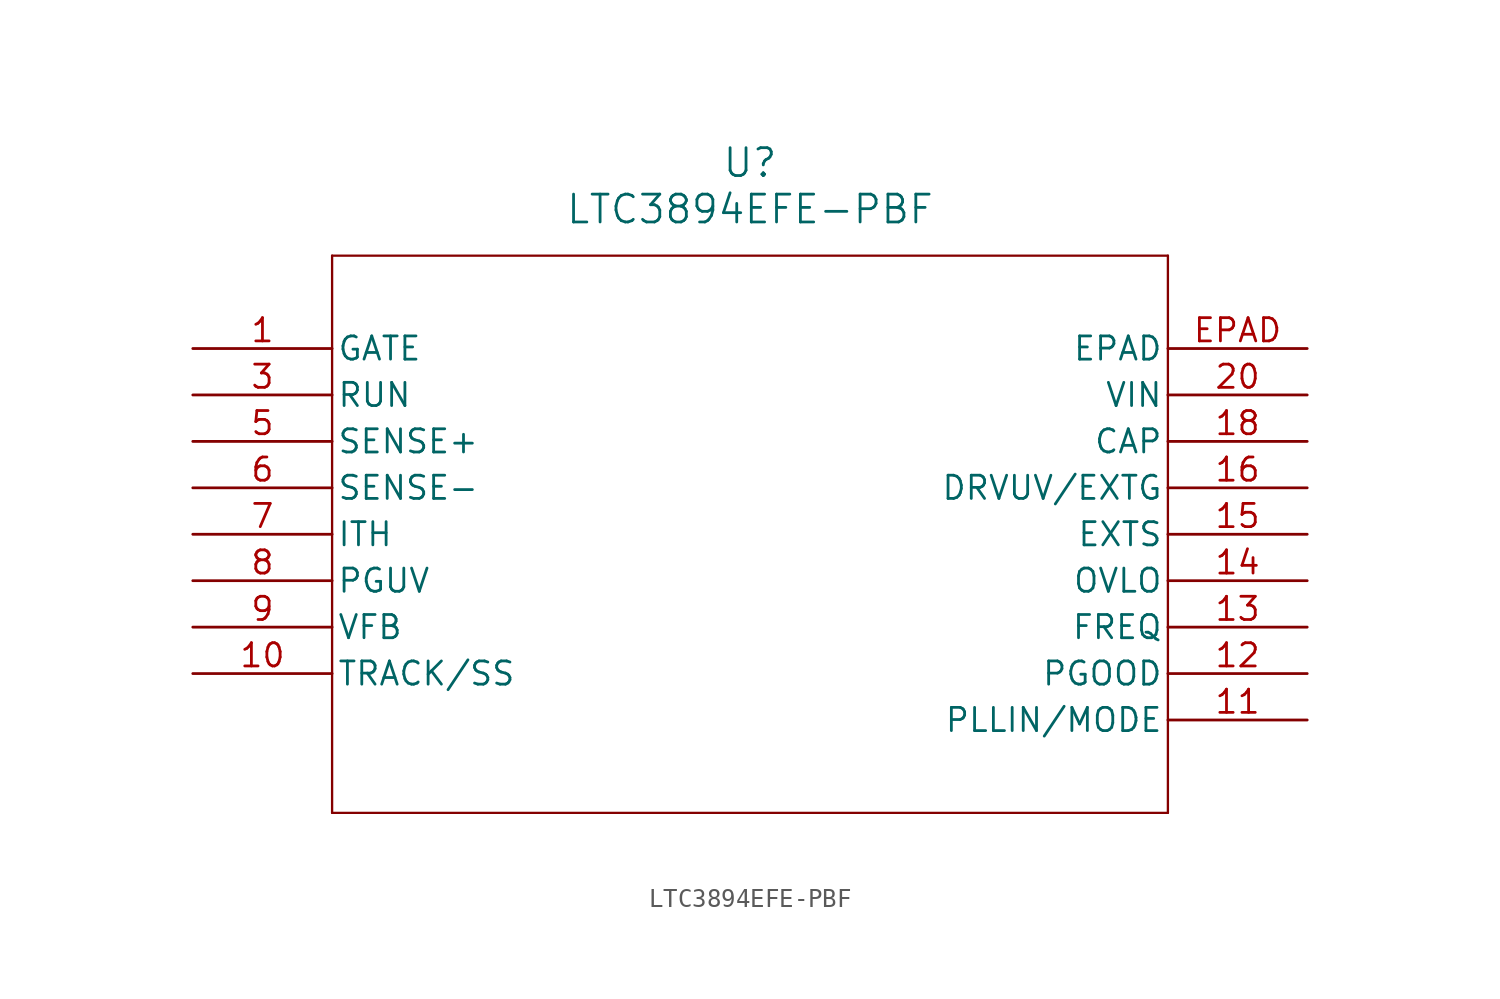
<source format=kicad_sym>
(kicad_symbol_lib
  (version 20211014)
  (generator kicad_symbol_editor)
  (symbol "LTC3894EFE-PBF"
    (pin_names
      (offset 0.254))
    (property "Reference" "U"
      (at 30.48 10.16 0)
      (effects (font (size 1.524 1.524))))
    (property "Value" "LTC3894EFE-PBF"
      (at 30.48 7.62 0)
      (effects (font (size 1.524 1.524))))
    (symbol "LTC3894EFE-PBF_0_1"
      (polyline (pts (xy 7.62 5.08) (xy 7.62 -25.4)) (stroke (width 0.127) (type default) (color 0 0 0 0)) (fill (type none)))
      (polyline (pts (xy 7.62 -25.4) (xy 53.34 -25.4)) (stroke (width 0.127) (type default) (color 0 0 0 0)) (fill (type none)))
      (polyline (pts (xy 53.34 -25.4) (xy 53.34 5.08)) (stroke (width 0.127) (type default) (color 0 0 0 0)) (fill (type none)))
      (polyline (pts (xy 53.34 5.08) (xy 7.62 5.08)) (stroke (width 0.127) (type default) (color 0 0 0 0)) (fill (type none)))
      (pin unspecified line (at 0 0 0) (length 7.62) (name "GATE" (effects (font (size 1.27 1.27)))) (number "1" (effects (font (size 1.27 1.27)))))
      (pin unspecified line (at 0 -2.54 0) (length 7.62) (name "RUN" (effects (font (size 1.27 1.27)))) (number "3" (effects (font (size 1.27 1.27)))))
      (pin unspecified line (at 0 -5.08 0) (length 7.62) (name "SENSE+" (effects (font (size 1.27 1.27)))) (number "5" (effects (font (size 1.27 1.27)))))
      (pin unspecified line (at 0 -7.62 0) (length 7.62) (name "SENSE-" (effects (font (size 1.27 1.27)))) (number "6" (effects (font (size 1.27 1.27)))))
      (pin unspecified line (at 0 -10.16 0) (length 7.62) (name "ITH" (effects (font (size 1.27 1.27)))) (number "7" (effects (font (size 1.27 1.27)))))
      (pin unspecified line (at 0 -12.7 0) (length 7.62) (name "PGUV" (effects (font (size 1.27 1.27)))) (number "8" (effects (font (size 1.27 1.27)))))
      (pin unspecified line (at 0 -15.24 0) (length 7.62) (name "VFB" (effects (font (size 1.27 1.27)))) (number "9" (effects (font (size 1.27 1.27)))))
      (pin unspecified line (at 0 -17.78 0) (length 7.62) (name "TRACK/SS" (effects (font (size 1.27 1.27)))) (number "10" (effects (font (size 1.27 1.27)))))
      (pin unspecified line (at 60.96 -20.32 180) (length 7.62) (name "PLLIN/MODE" (effects (font (size 1.27 1.27)))) (number "11" (effects (font (size 1.27 1.27)))))
      (pin power_in line (at 60.96 -17.78 180) (length 7.62) (name "PGOOD" (effects (font (size 1.27 1.27)))) (number "12" (effects (font (size 1.27 1.27)))))
      (pin unspecified line (at 60.96 -15.24 180) (length 7.62) (name "FREQ" (effects (font (size 1.27 1.27)))) (number "13" (effects (font (size 1.27 1.27)))))
      (pin unspecified line (at 60.96 -12.7 180) (length 7.62) (name "OVLO" (effects (font (size 1.27 1.27)))) (number "14" (effects (font (size 1.27 1.27)))))
      (pin unspecified line (at 60.96 -10.16 180) (length 7.62) (name "EXTS" (effects (font (size 1.27 1.27)))) (number "15" (effects (font (size 1.27 1.27)))))
      (pin unspecified line (at 60.96 -7.62 180) (length 7.62) (name "DRVUV/EXTG" (effects (font (size 1.27 1.27)))) (number "16" (effects (font (size 1.27 1.27)))))
      (pin unspecified line (at 60.96 -5.08 180) (length 7.62) (name "CAP" (effects (font (size 1.27 1.27)))) (number "18" (effects (font (size 1.27 1.27)))))
      (pin unspecified line (at 60.96 -2.54 180) (length 7.62) (name "VIN" (effects (font (size 1.27 1.27)))) (number "20" (effects (font (size 1.27 1.27)))))
      (pin unspecified line (at 60.96 0 180) (length 7.62) (name "EPAD" (effects (font (size 1.27 1.27)))) (number "EPAD" (effects (font (size 1.27 1.27))))))))
</source>
